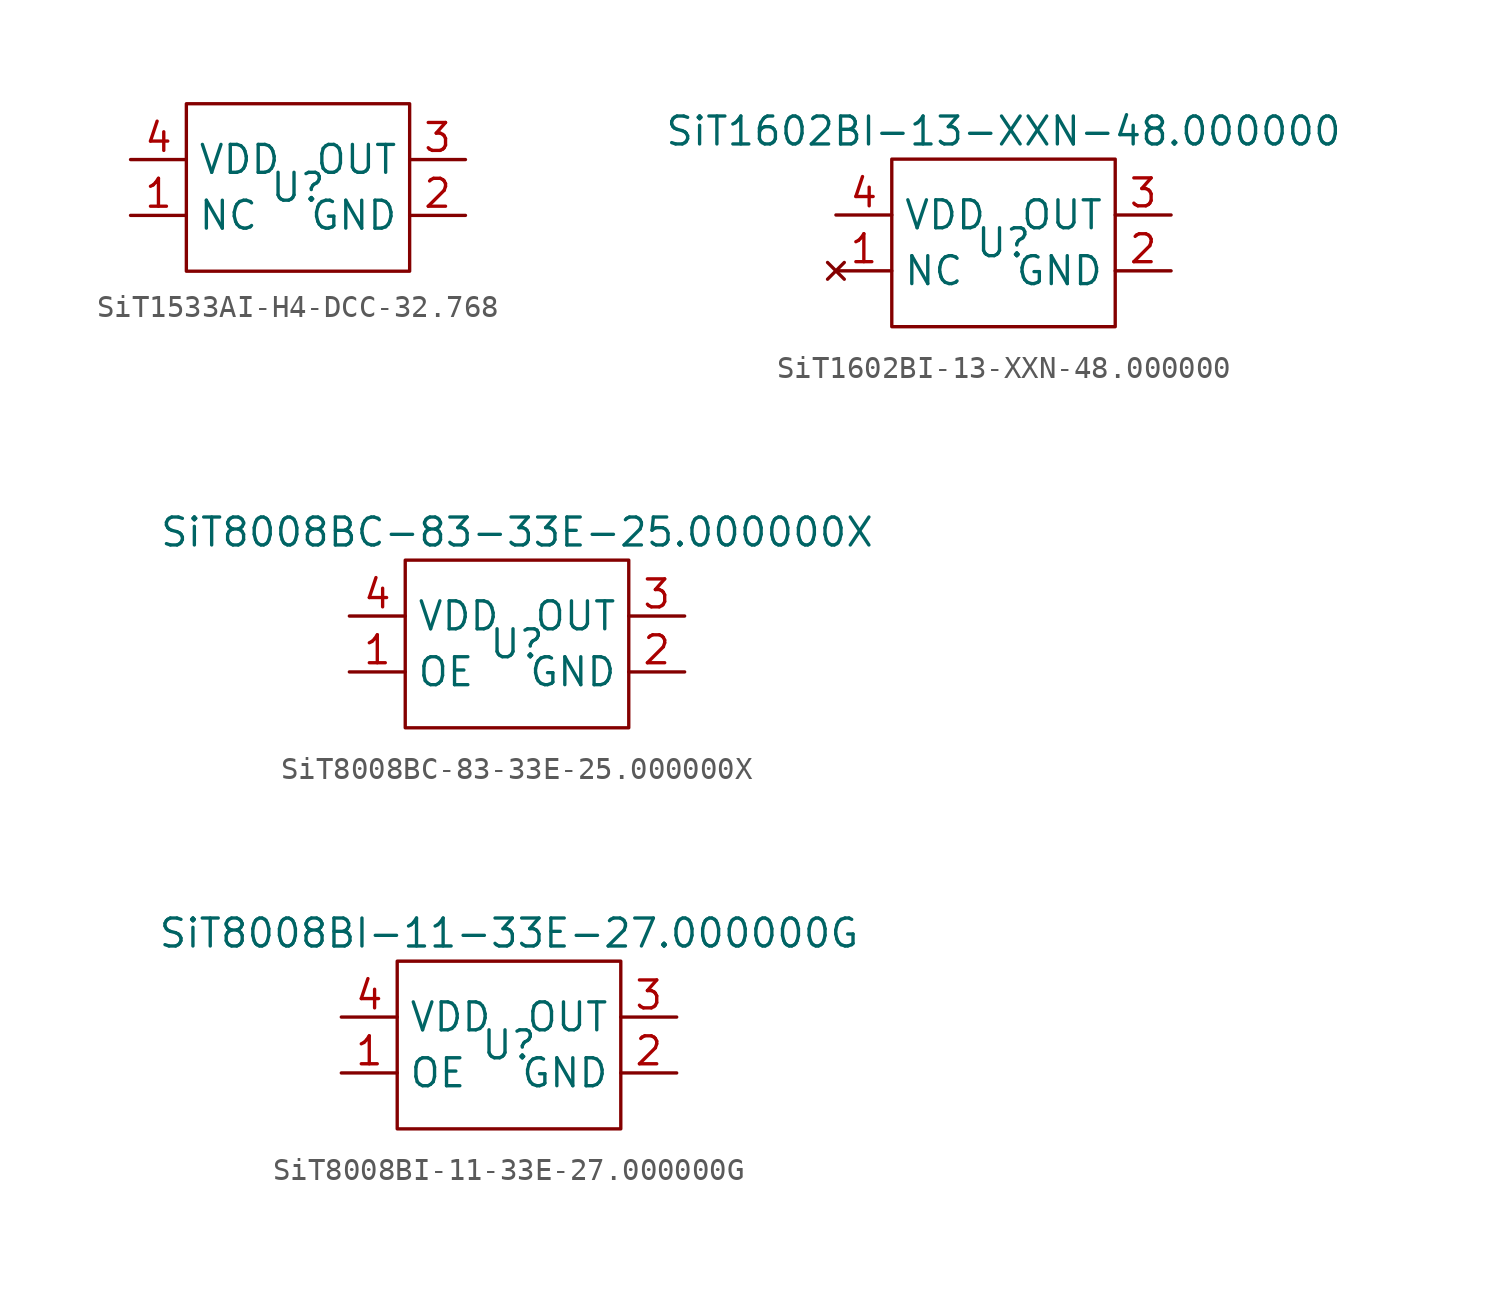
<source format=kicad_sym>
(kicad_symbol_lib
  (version 20231120)
  (generator "kicad_symbol_editor")
  (generator_version "8.0")
  (symbol "SiT1533AI-H4-DCC-32.768"
    (property "Reference" "U"
      (at 0 0 0)
      (effects (font (size 1.27 1.27))))
    (property "Value" ""
      (at 0 0 0)
      (effects (font (size 1.27 1.27))))
    (symbol "SiT1533AI-H4-DCC-32.768_0_1"
      (rectangle (start -5.08 3.81) (end 5.08 -3.81) (stroke (width 0) (type default)) (fill (type none))))
    (symbol "SiT1533AI-H4-DCC-32.768_1_1"
      (pin unspecified line (at -7.62 -1.27 0) (length 2.54) (name "NC" (effects (font (size 1.27 1.27)))) (number "1" (effects (font (size 1.27 1.27)))))
      (pin output line (at 7.62 -1.27 180) (length 2.54) (name "GND" (effects (font (size 1.27 1.27)))) (number "2" (effects (font (size 1.27 1.27)))))
      (pin output line (at 7.62 1.27 180) (length 2.54) (name "OUT" (effects (font (size 1.27 1.27)))) (number "3" (effects (font (size 1.27 1.27)))))
      (pin input line (at -7.62 1.27 0) (length 2.54) (name "VDD" (effects (font (size 1.27 1.27)))) (number "4" (effects (font (size 1.27 1.27)))))))
  (symbol "SiT1602BI-13-XXN-48.000000"
    (property "Reference" "U"
      (at 0 0 0)
      (effects (font (size 1.27 1.27))))
    (property "Value" "SiT1602BI-13-XXN-48.000000"
      (at 0 5.08 0)
      (effects (font (size 1.27 1.27))))
    (symbol "SiT1602BI-13-XXN-48.000000_0_1"
      (rectangle (start -5.08 3.81) (end 5.08 -3.81) (stroke (width 0) (type default)) (fill (type none))))
    (symbol "SiT1602BI-13-XXN-48.000000_1_1"
      (pin no_connect line (at -7.62 -1.27 0) (length 2.54) (name "NC" (effects (font (size 1.27 1.27)))) (number "1" (effects (font (size 1.27 1.27)))))
      (pin output line (at 7.62 -1.27 180) (length 2.54) (name "GND" (effects (font (size 1.27 1.27)))) (number "2" (effects (font (size 1.27 1.27)))))
      (pin output line (at 7.62 1.27 180) (length 2.54) (name "OUT" (effects (font (size 1.27 1.27)))) (number "3" (effects (font (size 1.27 1.27)))))
      (pin input line (at -7.62 1.27 0) (length 2.54) (name "VDD" (effects (font (size 1.27 1.27)))) (number "4" (effects (font (size 1.27 1.27)))))))
  (symbol "SiT8008BC-83-33E-25.000000X"
    (property "Reference" "U"
      (at 0 0 0)
      (effects (font (size 1.27 1.27))))
    (property "Value" "SiT8008BC-83-33E-25.000000X"
      (at 0 5.08 0)
      (effects (font (size 1.27 1.27))))
    (symbol "SiT8008BC-83-33E-25.000000X_0_1"
      (rectangle (start -5.08 3.81) (end 5.08 -3.81) (stroke (width 0) (type default)) (fill (type none))))
    (symbol "SiT8008BC-83-33E-25.000000X_1_1"
      (pin input line (at -7.62 -1.27 0) (length 2.54) (name "OE" (effects (font (size 1.27 1.27)))) (number "1" (effects (font (size 1.27 1.27)))))
      (pin output line (at 7.62 -1.27 180) (length 2.54) (name "GND" (effects (font (size 1.27 1.27)))) (number "2" (effects (font (size 1.27 1.27)))))
      (pin output line (at 7.62 1.27 180) (length 2.54) (name "OUT" (effects (font (size 1.27 1.27)))) (number "3" (effects (font (size 1.27 1.27)))))
      (pin input line (at -7.62 1.27 0) (length 2.54) (name "VDD" (effects (font (size 1.27 1.27)))) (number "4" (effects (font (size 1.27 1.27)))))))
  (symbol "SiT8008BI-11-33E-27.000000G"
    (property "Reference" "U"
      (at 0 0 0)
      (effects (font (size 1.27 1.27))))
    (property "Value" "SiT8008BI-11-33E-27.000000G"
      (at 0 5.08 0)
      (effects (font (size 1.27 1.27))))
    (symbol "SiT8008BI-11-33E-27.000000G_0_1"
      (rectangle (start -5.08 3.81) (end 5.08 -3.81) (stroke (width 0) (type default)) (fill (type none))))
    (symbol "SiT8008BI-11-33E-27.000000G_1_1"
      (pin input line (at -7.62 -1.27 0) (length 2.54) (name "OE" (effects (font (size 1.27 1.27)))) (number "1" (effects (font (size 1.27 1.27)))))
      (pin output line (at 7.62 -1.27 180) (length 2.54) (name "GND" (effects (font (size 1.27 1.27)))) (number "2" (effects (font (size 1.27 1.27)))))
      (pin output line (at 7.62 1.27 180) (length 2.54) (name "OUT" (effects (font (size 1.27 1.27)))) (number "3" (effects (font (size 1.27 1.27)))))
      (pin input line (at -7.62 1.27 0) (length 2.54) (name "VDD" (effects (font (size 1.27 1.27)))) (number "4" (effects (font (size 1.27 1.27))))))))
</source>
